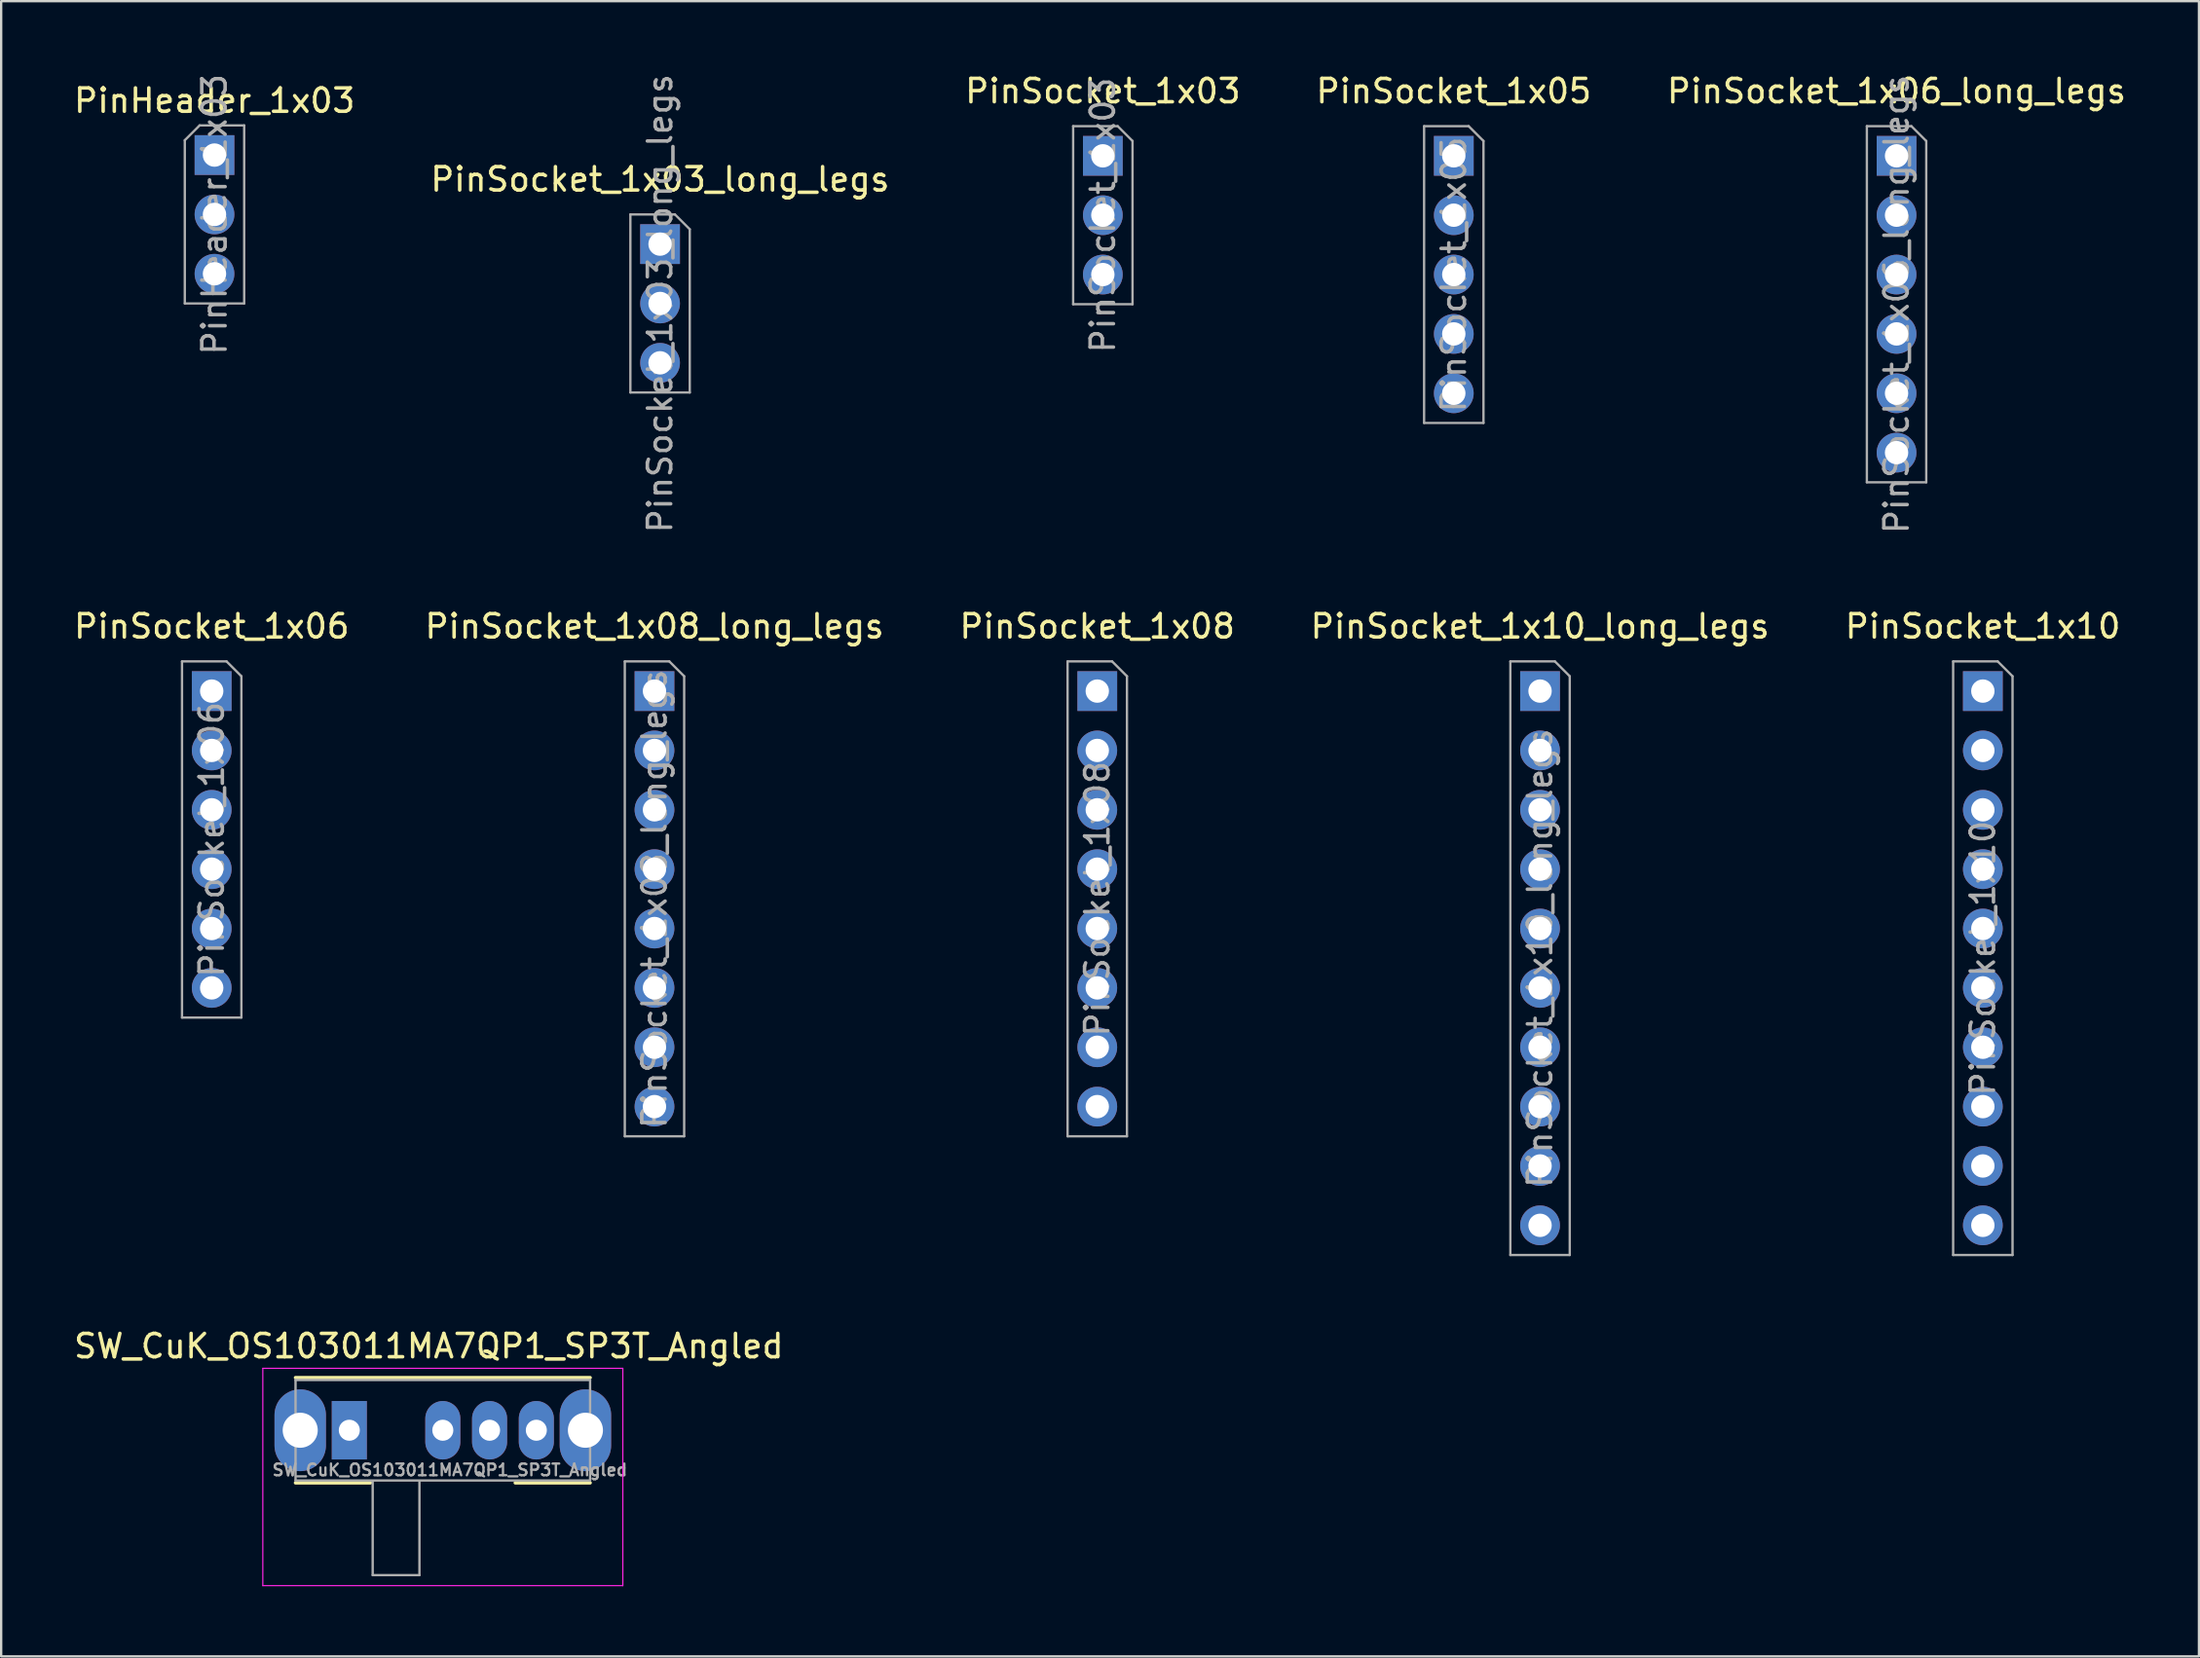
<source format=kicad_pcb>
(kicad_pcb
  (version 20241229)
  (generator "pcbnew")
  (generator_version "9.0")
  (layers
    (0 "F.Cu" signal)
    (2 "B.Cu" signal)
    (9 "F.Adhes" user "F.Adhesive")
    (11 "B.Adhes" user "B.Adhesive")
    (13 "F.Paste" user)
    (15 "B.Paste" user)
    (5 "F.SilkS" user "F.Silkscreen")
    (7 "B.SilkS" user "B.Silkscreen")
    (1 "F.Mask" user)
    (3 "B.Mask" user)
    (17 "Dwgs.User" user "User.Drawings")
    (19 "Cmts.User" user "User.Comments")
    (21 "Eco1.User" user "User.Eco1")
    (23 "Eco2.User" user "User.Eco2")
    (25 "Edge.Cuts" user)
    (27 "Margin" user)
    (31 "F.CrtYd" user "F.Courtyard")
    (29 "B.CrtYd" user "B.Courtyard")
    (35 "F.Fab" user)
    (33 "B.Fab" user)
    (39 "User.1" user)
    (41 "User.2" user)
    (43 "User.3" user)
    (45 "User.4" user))
  (footprint "PinSocket_1x06_long_legs"
    (layer "F.Cu")
    (at 78.077 3.618)
    (property "Reference" "PinSocket_1x06_long_legs" (at 0 -2.77 0) (layer "F.SilkS") (effects (font (size 1 1) (thickness 0.15))))
    (attr through_hole)
    (fp_line (start -1.27 -1.27) (end 0.635 -1.27) (stroke (width 0.1) (type solid)) (layer "F.Fab"))
    (fp_line (start -1.27 13.97) (end -1.27 -1.27) (stroke (width 0.1) (type solid)) (layer "F.Fab"))
    (fp_line (start 0.635 -1.27) (end 1.27 -0.635) (stroke (width 0.1) (type solid)) (layer "F.Fab"))
    (fp_line (start 1.27 -0.635) (end 1.27 13.97) (stroke (width 0.1) (type solid)) (layer "F.Fab"))
    (fp_line (start 1.27 13.97) (end -1.27 13.97) (stroke (width 0.1) (type solid)) (layer "F.Fab"))
    (fp_text user "${REFERENCE}" (at 0 6.35 90) (layer "F.Fab") (effects (font (size 1 1) (thickness 0.15))))
    (pad "1" thru_hole rect (at 0 0) (size 1.7 1.7) (drill 1) (layers "*.Cu" "*.Mask"))
    (pad "2" thru_hole oval (at 0 2.54) (size 1.7 1.7) (drill 1) (layers "*.Cu" "*.Mask"))
    (pad "3" thru_hole oval (at 0 5.08) (size 1.7 1.7) (drill 1) (layers "*.Cu" "*.Mask"))
    (pad "4" thru_hole oval (at 0 7.62) (size 1.7 1.7) (drill 1) (layers "*.Cu" "*.Mask"))
    (pad "5" thru_hole oval (at 0 10.16) (size 1.7 1.7) (drill 1) (layers "*.Cu" "*.Mask"))
    (pad "6" thru_hole oval (at 0 12.7) (size 1.7 1.7) (drill 1) (layers "*.Cu" "*.Mask")))
  (footprint "PinSocket_1x03"
    (layer "F.Cu")
    (at 44.125 3.618)
    (property "Reference" "PinSocket_1x03" (at 0 -2.77 0) (layer "F.SilkS") (effects (font (size 1 1) (thickness 0.15))))
    (attr through_hole)
    (fp_line (start -1.27 -1.27) (end 0.635 -1.27) (stroke (width 0.1) (type solid)) (layer "F.Fab"))
    (fp_line (start -1.27 6.35) (end -1.27 -1.27) (stroke (width 0.1) (type solid)) (layer "F.Fab"))
    (fp_line (start 0.635 -1.27) (end 1.27 -0.635) (stroke (width 0.1) (type solid)) (layer "F.Fab"))
    (fp_line (start 1.27 -0.635) (end 1.27 6.35) (stroke (width 0.1) (type solid)) (layer "F.Fab"))
    (fp_line (start 1.27 6.35) (end -1.27 6.35) (stroke (width 0.1) (type solid)) (layer "F.Fab"))
    (fp_text user "${REFERENCE}" (at 0 2.54 90) (layer "F.Fab") (effects (font (size 1 1) (thickness 0.15))))
    (pad "1" thru_hole rect (at 0 0) (size 1.7 1.7) (drill 1) (layers "*.Cu" "*.Mask"))
    (pad "2" thru_hole oval (at 0 2.54) (size 1.7 1.7) (drill 1) (layers "*.Cu" "*.Mask"))
    (pad "3" thru_hole oval (at 0 5.08) (size 1.7 1.7) (drill 1) (layers "*.Cu" "*.Mask")))
  (footprint "PinSocket_1x10"
    (layer "F.Cu")
    (at 81.768 26.521)
    (property "Reference" "PinSocket_1x10" (at 0 -2.77 0) (layer "F.SilkS") (effects (font (size 1 1) (thickness 0.15))))
    (attr through_hole)
    (fp_line (start -1.27 -1.27) (end 0.635 -1.27) (stroke (width 0.1) (type solid)) (layer "F.Fab"))
    (fp_line (start -1.27 24.13) (end -1.27 -1.27) (stroke (width 0.1) (type solid)) (layer "F.Fab"))
    (fp_line (start 0.635 -1.27) (end 1.27 -0.635) (stroke (width 0.1) (type solid)) (layer "F.Fab"))
    (fp_line (start 1.27 -0.635) (end 1.27 24.13) (stroke (width 0.1) (type solid)) (layer "F.Fab"))
    (fp_line (start 1.27 24.13) (end -1.27 24.13) (stroke (width 0.1) (type solid)) (layer "F.Fab"))
    (fp_text user "${REFERENCE}" (at 0 11.43 90) (layer "F.Fab") (effects (font (size 1 1) (thickness 0.15))))
    (pad "1" thru_hole rect (at 0 0) (size 1.7 1.7) (drill 1) (layers "*.Cu" "*.Mask"))
    (pad "2" thru_hole oval (at 0 2.54) (size 1.7 1.7) (drill 1) (layers "*.Cu" "*.Mask"))
    (pad "3" thru_hole oval (at 0 5.08) (size 1.7 1.7) (drill 1) (layers "*.Cu" "*.Mask"))
    (pad "4" thru_hole oval (at 0 7.62) (size 1.7 1.7) (drill 1) (layers "*.Cu" "*.Mask"))
    (pad "5" thru_hole oval (at 0 10.16) (size 1.7 1.7) (drill 1) (layers "*.Cu" "*.Mask"))
    (pad "6" thru_hole oval (at 0 12.7) (size 1.7 1.7) (drill 1) (layers "*.Cu" "*.Mask"))
    (pad "7" thru_hole oval (at 0 15.24) (size 1.7 1.7) (drill 1) (layers "*.Cu" "*.Mask"))
    (pad "8" thru_hole oval (at 0 17.78) (size 1.7 1.7) (drill 1) (layers "*.Cu" "*.Mask"))
    (pad "9" thru_hole oval (at 0 20.32) (size 1.7 1.7) (drill 1) (layers "*.Cu" "*.Mask"))
    (pad "10" thru_hole oval (at 0 22.86) (size 1.7 1.7) (drill 1) (layers "*.Cu" "*.Mask")))
  (footprint "SW_CuK_OS103011MA7QP1_SP3T_Angled"
    (layer "F.Cu")
    (at 11.892 58.149)
    (property "Reference" "SW_CuK_OS103011MA7QP1_SP3T_Angled" (at 3.4 -3.6 0) (layer "F.SilkS") (effects (font (size 1 1) (thickness 0.15))))
    (attr through_hole)
    (fp_line (start -2.3 -2.25) (end 10.3 -2.25) (stroke (width 0.15) (type solid)) (layer "F.SilkS"))
    (fp_line (start -2.3 2.25) (end 0.9 2.25) (stroke (width 0.15) (type solid)) (layer "F.SilkS"))
    (fp_line (start 7.1 2.25) (end 10.3 2.25) (stroke (width 0.15) (type solid)) (layer "F.SilkS"))
    (fp_line (start -3.7 -2.65) (end 11.7 -2.65) (stroke (width 0.05) (type solid)) (layer "F.CrtYd"))
    (fp_line (start -3.7 6.65) (end -3.7 -2.65) (stroke (width 0.05) (type solid)) (layer "F.CrtYd"))
    (fp_line (start 11.7 -2.65) (end 11.7 6.65) (stroke (width 0.05) (type solid)) (layer "F.CrtYd"))
    (fp_line (start 11.7 6.65) (end -3.7 6.65) (stroke (width 0.05) (type solid)) (layer "F.CrtYd"))
    (fp_line (start -2.3 -2.15) (end -2.3 2.15) (stroke (width 0.1) (type solid)) (layer "F.Fab"))
    (fp_line (start -2.3 -2.15) (end 10.3 -2.15) (stroke (width 0.1) (type solid)) (layer "F.Fab"))
    (fp_line (start -2.3 2.15) (end 10.3 2.15) (stroke (width 0.1) (type solid)) (layer "F.Fab"))
    (fp_line (start 1 6.2) (end 1 2.2) (stroke (width 0.1) (type solid)) (layer "F.Fab"))
    (fp_line (start 3 2.2) (end 3 6.2) (stroke (width 0.1) (type solid)) (layer "F.Fab"))
    (fp_line (start 3 6.2) (end 1 6.2) (stroke (width 0.1) (type solid)) (layer "F.Fab"))
    (fp_line (start 10.3 2.15) (end 10.3 -2.15) (stroke (width 0.1) (type solid)) (layer "F.Fab"))
    (fp_text user "${REFERENCE}" (at 4.3 1.7 0) (layer "F.Fab") (effects (font (size 0.5 0.5) (thickness 0.1))))
    (pad "" thru_hole oval (at -2.1 0) (size 2.2 3.5) (drill 1.5) (layers "*.Cu" "*.Mask"))
    (pad "" thru_hole oval (at 10.1 0) (size 2.2 3.5) (drill 1.5) (layers "*.Cu" "*.Mask"))
    (pad "1" thru_hole rect (at 0 0) (size 1.5 2.5) (drill 0.9) (layers "*.Cu" "*.Mask"))
    (pad "2" thru_hole oval (at 4 0) (size 1.5 2.5) (drill 0.9) (layers "*.Cu" "*.Mask"))
    (pad "3" thru_hole oval (at 6 0) (size 1.5 2.5) (drill 0.9) (layers "*.Cu" "*.Mask"))
    (pad "4" thru_hole oval (at 8 0) (size 1.5 2.5) (drill 0.9) (layers "*.Cu" "*.Mask")))
  (footprint "PinSocket_1x08_long_legs"
    (layer "F.Cu")
    (at 24.946 26.521)
    (property "Reference" "PinSocket_1x08_long_legs" (at 0 -2.77 0) (layer "F.SilkS") (effects (font (size 1 1) (thickness 0.15))))
    (attr through_hole)
    (fp_line (start -1.27 -1.27) (end 0.635 -1.27) (stroke (width 0.1) (type solid)) (layer "F.Fab"))
    (fp_line (start -1.27 19.05) (end -1.27 -1.27) (stroke (width 0.1) (type solid)) (layer "F.Fab"))
    (fp_line (start 0.635 -1.27) (end 1.27 -0.635) (stroke (width 0.1) (type solid)) (layer "F.Fab"))
    (fp_line (start 1.27 -0.635) (end 1.27 19.05) (stroke (width 0.1) (type solid)) (layer "F.Fab"))
    (fp_line (start 1.27 19.05) (end -1.27 19.05) (stroke (width 0.1) (type solid)) (layer "F.Fab"))
    (fp_text user "${REFERENCE}" (at 0 8.89 90) (layer "F.Fab") (effects (font (size 1 1) (thickness 0.15))))
    (pad "1" thru_hole rect (at 0 0) (size 1.7 1.7) (drill 1) (layers "*.Cu" "*.Mask"))
    (pad "2" thru_hole oval (at 0 2.54) (size 1.7 1.7) (drill 1) (layers "*.Cu" "*.Mask"))
    (pad "3" thru_hole oval (at 0 5.08) (size 1.7 1.7) (drill 1) (layers "*.Cu" "*.Mask"))
    (pad "4" thru_hole oval (at 0 7.62) (size 1.7 1.7) (drill 1) (layers "*.Cu" "*.Mask"))
    (pad "5" thru_hole oval (at 0 10.16) (size 1.7 1.7) (drill 1) (layers "*.Cu" "*.Mask"))
    (pad "6" thru_hole oval (at 0 12.7) (size 1.7 1.7) (drill 1) (layers "*.Cu" "*.Mask"))
    (pad "7" thru_hole oval (at 0 15.24) (size 1.7 1.7) (drill 1) (layers "*.Cu" "*.Mask"))
    (pad "8" thru_hole oval (at 0 17.78) (size 1.7 1.7) (drill 1) (layers "*.Cu" "*.Mask")))
  (footprint "PinHeader_1x03"
    (layer "F.Cu")
    (at 6.125 3.585)
    (property "Reference" "PinHeader_1x03" (at 0 -2.33 0) (layer "F.SilkS") (effects (font (size 1 1) (thickness 0.15))))
    (attr through_hole)
    (fp_line (start -1.27 -0.635) (end -0.635 -1.27) (stroke (width 0.1) (type solid)) (layer "F.Fab"))
    (fp_line (start -1.27 6.35) (end -1.27 -0.635) (stroke (width 0.1) (type solid)) (layer "F.Fab"))
    (fp_line (start -0.635 -1.27) (end 1.27 -1.27) (stroke (width 0.1) (type solid)) (layer "F.Fab"))
    (fp_line (start 1.27 -1.27) (end 1.27 6.35) (stroke (width 0.1) (type solid)) (layer "F.Fab"))
    (fp_line (start 1.27 6.35) (end -1.27 6.35) (stroke (width 0.1) (type solid)) (layer "F.Fab"))
    (fp_text user "${REFERENCE}" (at 0 2.54 90) (layer "F.Fab") (effects (font (size 1 1) (thickness 0.15))))
    (pad "1" thru_hole rect (at 0 0) (size 1.7 1.7) (drill 1) (layers "*.Cu" "*.Mask"))
    (pad "2" thru_hole oval (at 0 2.54) (size 1.7 1.7) (drill 1) (layers "*.Cu" "*.Mask"))
    (pad "3" thru_hole oval (at 0 5.08) (size 1.7 1.7) (drill 1) (layers "*.Cu" "*.Mask")))
  (footprint "PinSocket_1x08"
    (layer "F.Cu")
    (at 43.887 26.521)
    (property "Reference" "PinSocket_1x08" (at 0 -2.77 0) (layer "F.SilkS") (effects (font (size 1 1) (thickness 0.15))))
    (attr through_hole)
    (fp_line (start -1.27 -1.27) (end 0.635 -1.27) (stroke (width 0.1) (type solid)) (layer "F.Fab"))
    (fp_line (start -1.27 19.05) (end -1.27 -1.27) (stroke (width 0.1) (type solid)) (layer "F.Fab"))
    (fp_line (start 0.635 -1.27) (end 1.27 -0.635) (stroke (width 0.1) (type solid)) (layer "F.Fab"))
    (fp_line (start 1.27 -0.635) (end 1.27 19.05) (stroke (width 0.1) (type solid)) (layer "F.Fab"))
    (fp_line (start 1.27 19.05) (end -1.27 19.05) (stroke (width 0.1) (type solid)) (layer "F.Fab"))
    (fp_text user "${REFERENCE}" (at 0 8.89 90) (layer "F.Fab") (effects (font (size 1 1) (thickness 0.15))))
    (pad "1" thru_hole rect (at 0 0) (size 1.7 1.7) (drill 1) (layers "*.Cu" "*.Mask"))
    (pad "2" thru_hole oval (at 0 2.54) (size 1.7 1.7) (drill 1) (layers "*.Cu" "*.Mask"))
    (pad "3" thru_hole oval (at 0 5.08) (size 1.7 1.7) (drill 1) (layers "*.Cu" "*.Mask"))
    (pad "4" thru_hole oval (at 0 7.62) (size 1.7 1.7) (drill 1) (layers "*.Cu" "*.Mask"))
    (pad "5" thru_hole oval (at 0 10.16) (size 1.7 1.7) (drill 1) (layers "*.Cu" "*.Mask"))
    (pad "6" thru_hole oval (at 0 12.7) (size 1.7 1.7) (drill 1) (layers "*.Cu" "*.Mask"))
    (pad "7" thru_hole oval (at 0 15.24) (size 1.7 1.7) (drill 1) (layers "*.Cu" "*.Mask"))
    (pad "8" thru_hole oval (at 0 17.78) (size 1.7 1.7) (drill 1) (layers "*.Cu" "*.Mask")))
  (footprint "PinSocket_1x05"
    (layer "F.Cu")
    (at 59.137 3.618)
    (property "Reference" "PinSocket_1x05" (at 0 -2.77 0) (layer "F.SilkS") (effects (font (size 1 1) (thickness 0.15))))
    (attr through_hole)
    (fp_line (start -1.27 -1.27) (end 0.635 -1.27) (stroke (width 0.1) (type solid)) (layer "F.Fab"))
    (fp_line (start -1.27 11.43) (end -1.27 -1.27) (stroke (width 0.1) (type solid)) (layer "F.Fab"))
    (fp_line (start 0.635 -1.27) (end 1.27 -0.635) (stroke (width 0.1) (type solid)) (layer "F.Fab"))
    (fp_line (start 1.27 -0.635) (end 1.27 11.43) (stroke (width 0.1) (type solid)) (layer "F.Fab"))
    (fp_line (start 1.27 11.43) (end -1.27 11.43) (stroke (width 0.1) (type solid)) (layer "F.Fab"))
    (fp_text user "${REFERENCE}" (at 0 5.08 90) (layer "F.Fab") (effects (font (size 1 1) (thickness 0.15))))
    (pad "1" thru_hole rect (at 0 0) (size 1.7 1.7) (drill 1) (layers "*.Cu" "*.Mask"))
    (pad "2" thru_hole oval (at 0 2.54) (size 1.7 1.7) (drill 1) (layers "*.Cu" "*.Mask"))
    (pad "3" thru_hole oval (at 0 5.08) (size 1.7 1.7) (drill 1) (layers "*.Cu" "*.Mask"))
    (pad "4" thru_hole oval (at 0 7.62) (size 1.7 1.7) (drill 1) (layers "*.Cu" "*.Mask"))
    (pad "5" thru_hole oval (at 0 10.16) (size 1.7 1.7) (drill 1) (layers "*.Cu" "*.Mask")))
  (footprint "PinSocket_1x03_long_legs"
    (layer "F.Cu")
    (at 25.185 7.395)
    (property "Reference" "PinSocket_1x03_long_legs" (at 0 -2.77 0) (layer "F.SilkS") (effects (font (size 1 1) (thickness 0.15))))
    (attr through_hole)
    (fp_line (start -1.27 -1.27) (end 0.635 -1.27) (stroke (width 0.1) (type solid)) (layer "F.Fab"))
    (fp_line (start -1.27 6.35) (end -1.27 -1.27) (stroke (width 0.1) (type solid)) (layer "F.Fab"))
    (fp_line (start 0.635 -1.27) (end 1.27 -0.635) (stroke (width 0.1) (type solid)) (layer "F.Fab"))
    (fp_line (start 1.27 -0.635) (end 1.27 6.35) (stroke (width 0.1) (type solid)) (layer "F.Fab"))
    (fp_line (start 1.27 6.35) (end -1.27 6.35) (stroke (width 0.1) (type solid)) (layer "F.Fab"))
    (fp_text user "${REFERENCE}" (at 0 2.54 90) (layer "F.Fab") (effects (font (size 1 1) (thickness 0.15))))
    (pad "1" thru_hole rect (at 0 0) (size 1.7 1.7) (drill 1) (layers "*.Cu" "*.Mask"))
    (pad "2" thru_hole oval (at 0 2.54) (size 1.7 1.7) (drill 1) (layers "*.Cu" "*.Mask"))
    (pad "3" thru_hole oval (at 0 5.08) (size 1.7 1.7) (drill 1) (layers "*.Cu" "*.Mask")))
  (footprint "PinSocket_1x10_long_legs"
    (layer "F.Cu")
    (at 62.827 26.521)
    (property "Reference" "PinSocket_1x10_long_legs" (at 0 -2.77 0) (layer "F.SilkS") (effects (font (size 1 1) (thickness 0.15))))
    (attr through_hole)
    (fp_line (start -1.27 -1.27) (end 0.635 -1.27) (stroke (width 0.1) (type solid)) (layer "F.Fab"))
    (fp_line (start -1.27 24.13) (end -1.27 -1.27) (stroke (width 0.1) (type solid)) (layer "F.Fab"))
    (fp_line (start 0.635 -1.27) (end 1.27 -0.635) (stroke (width 0.1) (type solid)) (layer "F.Fab"))
    (fp_line (start 1.27 -0.635) (end 1.27 24.13) (stroke (width 0.1) (type solid)) (layer "F.Fab"))
    (fp_line (start 1.27 24.13) (end -1.27 24.13) (stroke (width 0.1) (type solid)) (layer "F.Fab"))
    (fp_text user "${REFERENCE}" (at 0 11.43 90) (layer "F.Fab") (effects (font (size 1 1) (thickness 0.15))))
    (pad "1" thru_hole rect (at 0 0) (size 1.7 1.7) (drill 1) (layers "*.Cu" "*.Mask"))
    (pad "2" thru_hole oval (at 0 2.54) (size 1.7 1.7) (drill 1) (layers "*.Cu" "*.Mask"))
    (pad "3" thru_hole oval (at 0 5.08) (size 1.7 1.7) (drill 1) (layers "*.Cu" "*.Mask"))
    (pad "4" thru_hole oval (at 0 7.62) (size 1.7 1.7) (drill 1) (layers "*.Cu" "*.Mask"))
    (pad "5" thru_hole oval (at 0 10.16) (size 1.7 1.7) (drill 1) (layers "*.Cu" "*.Mask"))
    (pad "6" thru_hole oval (at 0 12.7) (size 1.7 1.7) (drill 1) (layers "*.Cu" "*.Mask"))
    (pad "7" thru_hole oval (at 0 15.24) (size 1.7 1.7) (drill 1) (layers "*.Cu" "*.Mask"))
    (pad "8" thru_hole oval (at 0 17.78) (size 1.7 1.7) (drill 1) (layers "*.Cu" "*.Mask"))
    (pad "9" thru_hole oval (at 0 20.32) (size 1.7 1.7) (drill 1) (layers "*.Cu" "*.Mask"))
    (pad "10" thru_hole oval (at 0 22.86) (size 1.7 1.7) (drill 1) (layers "*.Cu" "*.Mask")))
  (footprint "PinSocket_1x06"
    (layer "F.Cu")
    (at 6.006 26.521)
    (property "Reference" "PinSocket_1x06" (at 0 -2.77 0) (layer "F.SilkS") (effects (font (size 1 1) (thickness 0.15))))
    (attr through_hole)
    (fp_line (start -1.27 -1.27) (end 0.635 -1.27) (stroke (width 0.1) (type solid)) (layer "F.Fab"))
    (fp_line (start -1.27 13.97) (end -1.27 -1.27) (stroke (width 0.1) (type solid)) (layer "F.Fab"))
    (fp_line (start 0.635 -1.27) (end 1.27 -0.635) (stroke (width 0.1) (type solid)) (layer "F.Fab"))
    (fp_line (start 1.27 -0.635) (end 1.27 13.97) (stroke (width 0.1) (type solid)) (layer "F.Fab"))
    (fp_line (start 1.27 13.97) (end -1.27 13.97) (stroke (width 0.1) (type solid)) (layer "F.Fab"))
    (fp_text user "${REFERENCE}" (at 0 6.35 90) (layer "F.Fab") (effects (font (size 1 1) (thickness 0.15))))
    (pad "1" thru_hole rect (at 0 0) (size 1.7 1.7) (drill 1) (layers "*.Cu" "*.Mask"))
    (pad "2" thru_hole oval (at 0 2.54) (size 1.7 1.7) (drill 1) (layers "*.Cu" "*.Mask"))
    (pad "3" thru_hole oval (at 0 5.08) (size 1.7 1.7) (drill 1) (layers "*.Cu" "*.Mask"))
    (pad "4" thru_hole oval (at 0 7.62) (size 1.7 1.7) (drill 1) (layers "*.Cu" "*.Mask"))
    (pad "5" thru_hole oval (at 0 10.16) (size 1.7 1.7) (drill 1) (layers "*.Cu" "*.Mask"))
    (pad "6" thru_hole oval (at 0 12.7) (size 1.7 1.7) (drill 1) (layers "*.Cu" "*.Mask")))
  (gr_rect
    (start -3 -3)
    (end 91.012 67.824)
    (stroke (width 0.1) (type default))
    (fill no)
    (layer "Edge.Cuts")))
</source>
